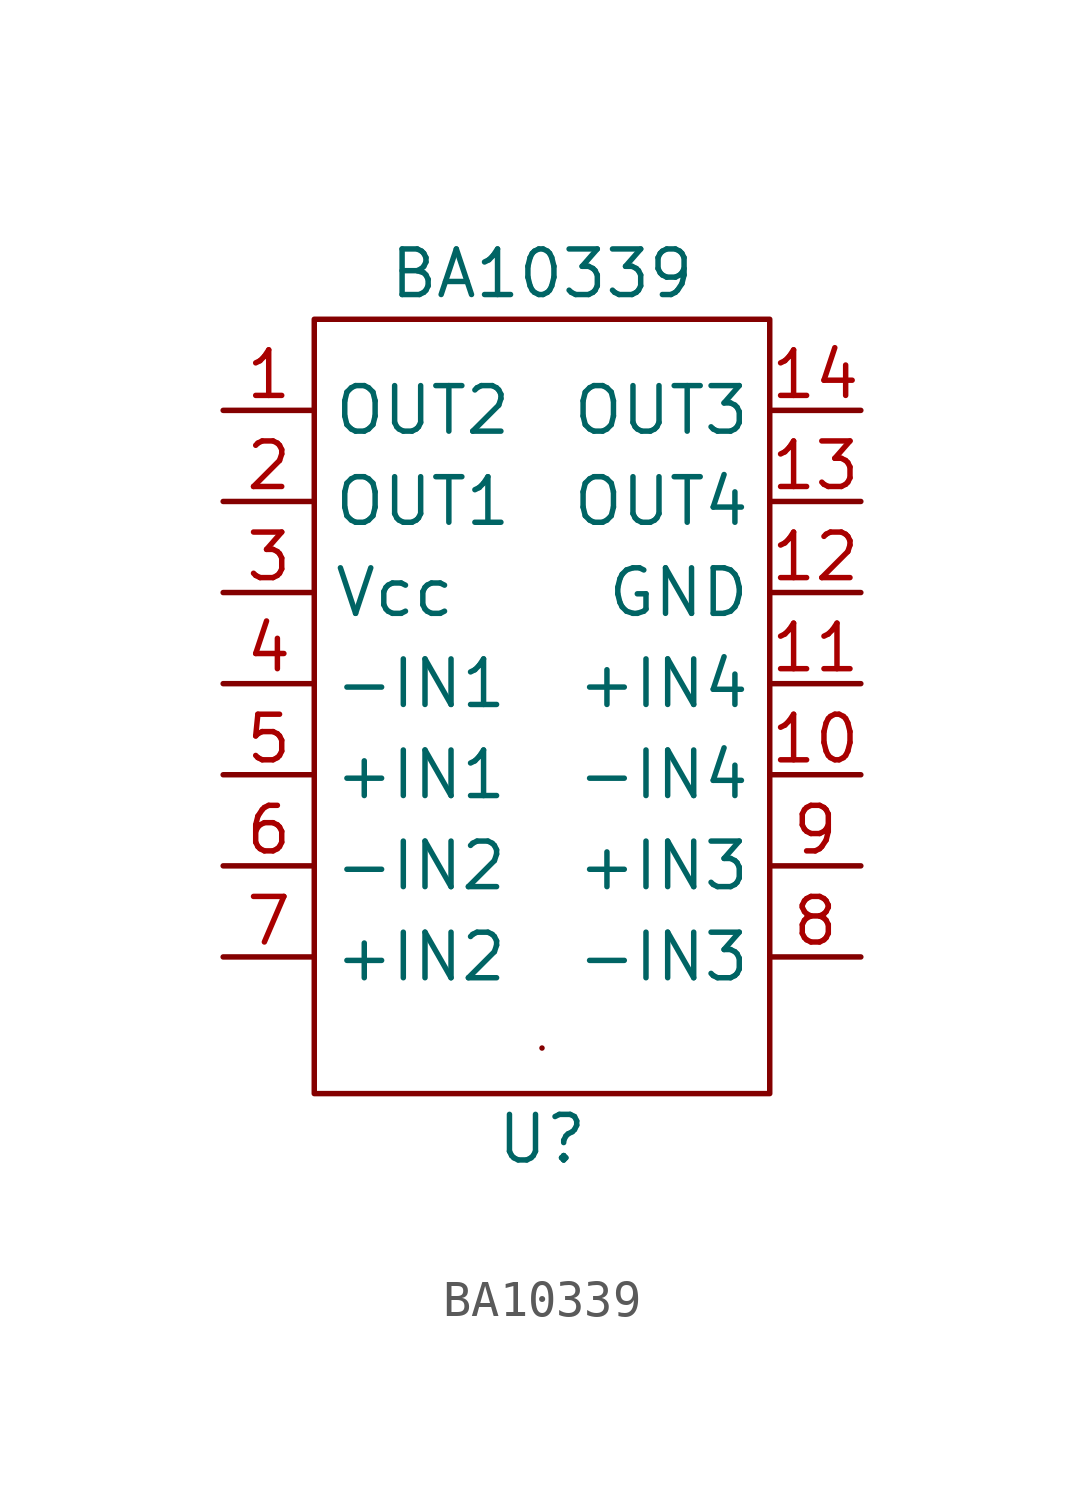
<source format=kicad_sym>
(kicad_symbol_lib
  (version 20211014)
  (generator kicad_symbol_editor)
  (symbol "BA10339"
    (property "Reference" "U"
      (at 0 -7.62 0)
      (effects (font (size 1.27 1.27))))
    (property "Value" "BA10339"
      (at 0 16.51 0)
      (effects (font (size 1.27 1.27))))
    (symbol "BA10339_0_1"
      (rectangle (start -6.35 15.24) (end 6.35 -6.35) (stroke (width 0) (type default) (color 0 0 0 0)) (fill (type none)))
      (rectangle (start 0 -5.08) (end 0 -5.08) (stroke (width 0) (type default) (color 0 0 0 0)) (fill (type none))))
    (symbol "BA10339_1_1"
      (pin output line (at -8.89 12.7 0) (length 2.54) (name "OUT2" (effects (font (size 1.27 1.27)))) (number "1" (effects (font (size 1.27 1.27)))))
      (pin input line (at 8.89 2.54 180) (length 2.54) (name "-IN4" (effects (font (size 1.27 1.27)))) (number "10" (effects (font (size 1.27 1.27)))))
      (pin input line (at 8.89 5.08 180) (length 2.54) (name "+IN4" (effects (font (size 1.27 1.27)))) (number "11" (effects (font (size 1.27 1.27)))))
      (pin input line (at 8.89 7.62 180) (length 2.54) (name "GND" (effects (font (size 1.27 1.27)))) (number "12" (effects (font (size 1.27 1.27)))))
      (pin output line (at 8.89 10.16 180) (length 2.54) (name "OUT4" (effects (font (size 1.27 1.27)))) (number "13" (effects (font (size 1.27 1.27)))))
      (pin output line (at 8.89 12.7 180) (length 2.54) (name "OUT3" (effects (font (size 1.27 1.27)))) (number "14" (effects (font (size 1.27 1.27)))))
      (pin output line (at -8.89 10.16 0) (length 2.54) (name "OUT1" (effects (font (size 1.27 1.27)))) (number "2" (effects (font (size 1.27 1.27)))))
      (pin input line (at -8.89 7.62 0) (length 2.54) (name "Vcc" (effects (font (size 1.27 1.27)))) (number "3" (effects (font (size 1.27 1.27)))))
      (pin input line (at -8.89 5.08 0) (length 2.54) (name "-IN1" (effects (font (size 1.27 1.27)))) (number "4" (effects (font (size 1.27 1.27)))))
      (pin input line (at -8.89 2.54 0) (length 2.54) (name "+IN1" (effects (font (size 1.27 1.27)))) (number "5" (effects (font (size 1.27 1.27)))))
      (pin input line (at -8.89 0 0) (length 2.54) (name "-IN2" (effects (font (size 1.27 1.27)))) (number "6" (effects (font (size 1.27 1.27)))))
      (pin input line (at -8.89 -2.54 0) (length 2.54) (name "+IN2" (effects (font (size 1.27 1.27)))) (number "7" (effects (font (size 1.27 1.27)))))
      (pin input line (at 8.89 -2.54 180) (length 2.54) (name "-IN3" (effects (font (size 1.27 1.27)))) (number "8" (effects (font (size 1.27 1.27)))))
      (pin input line (at 8.89 0 180) (length 2.54) (name "+IN3" (effects (font (size 1.27 1.27)))) (number "9" (effects (font (size 1.27 1.27))))))))
</source>
